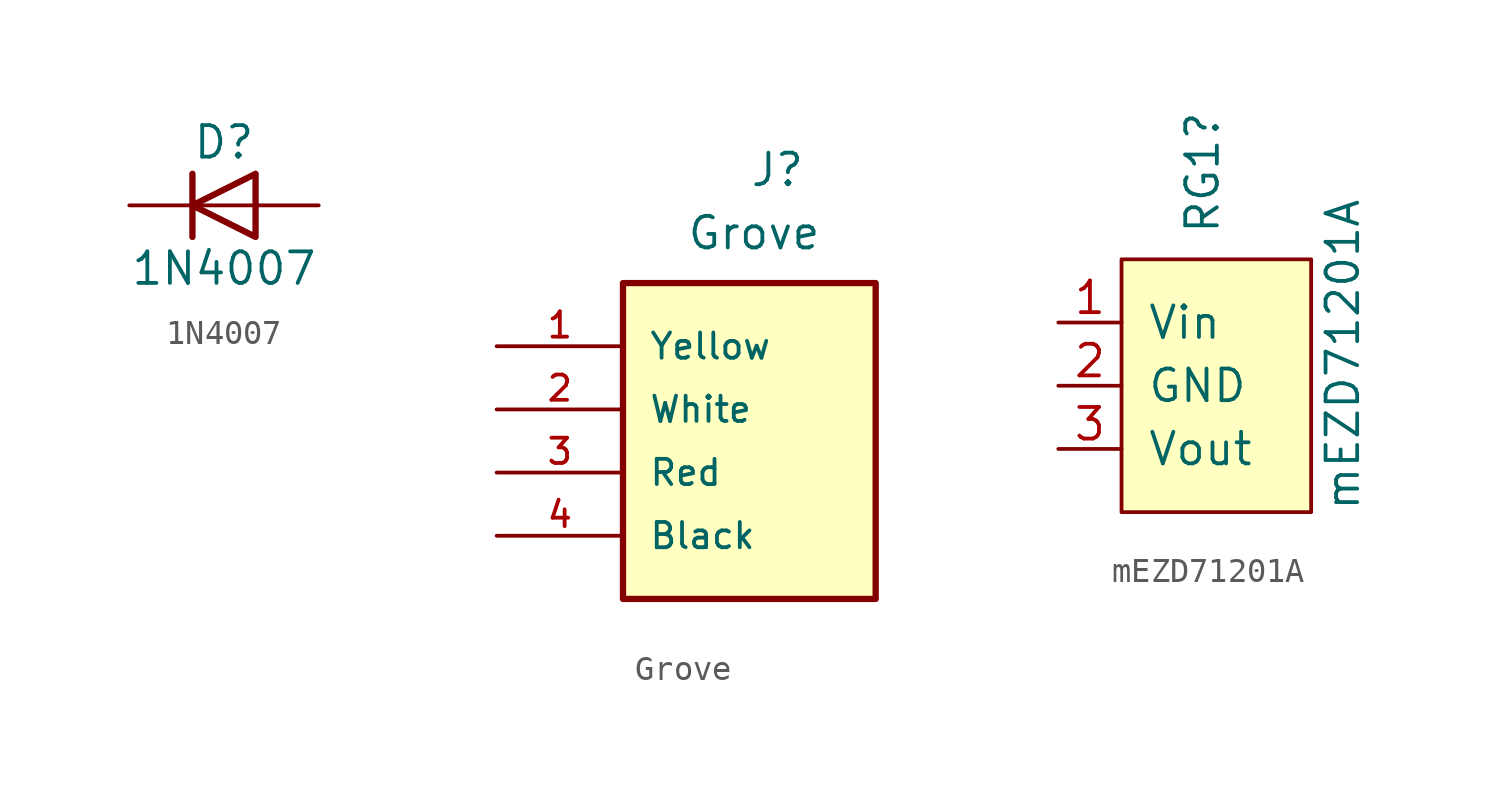
<source format=kicad_sym>
(kicad_symbol_lib
  (version 20241209)
  (generator "kicad_symbol_editor")
  (generator_version "9.0")
  (symbol "1N4007"
    (pin_numbers
      (hide yes))
    (pin_names
      (hide yes))
    (property "Reference" "D"
      (at 0 2.54 0)
      (effects (font (size 1.27 1.27))))
    (property "Value" "1N4007"
      (at 0 -2.54 0)
      (effects (font (size 1.27 1.27))))
    (symbol "1N4007_0_1"
      (polyline (pts (xy -1.27 1.27) (xy -1.27 -1.27)) (stroke (width 0.254) (type default)) (fill (type none)))
      (polyline (pts (xy 1.27 1.27) (xy 1.27 -1.27) (xy -1.27 0) (xy 1.27 1.27)) (stroke (width 0.254) (type default)) (fill (type none)))
      (polyline (pts (xy 1.27 0) (xy -1.27 0)) (stroke (width 0) (type default)) (fill (type none))))
    (symbol "1N4007_1_1"
      (pin passive line (at -3.81 0 0) (length 2.54) (name "K" (effects (font (size 1.27 1.27)))) (number "1" (effects (font (size 1.27 1.27)))))
      (pin passive line (at 3.81 0 180) (length 2.54) (name "A" (effects (font (size 1.27 1.27)))) (number "2" (effects (font (size 1.27 1.27)))))))
  (symbol "Grove"
    (pin_names
      (offset 1.016))
    (property "Reference" "J"
      (at 0 8.89 0)
      (effects (font (size 1.27 1.27)) (justify left bottom)))
    (property "Value" "Grove"
      (at -2.54 6.35 0)
      (effects (font (size 1.27 1.27)) (justify left bottom)))
    (symbol "Grove_0_0"
      (rectangle (start -5.08 -7.62) (end 5.08 5.08) (stroke (width 0.254) (type solid)) (fill (type background)))
      (pin passive line (at -10.16 2.54 0) (length 5.08) (name "Yellow" (effects (font (size 1.016 1.016)))) (number "1" (effects (font (size 1.016 1.016)))))
      (pin passive line (at -10.16 0 0) (length 5.08) (name "White" (effects (font (size 1.016 1.016)))) (number "2" (effects (font (size 1.016 1.016)))))
      (pin passive line (at -10.16 -2.54 0) (length 5.08) (name "Red" (effects (font (size 1.016 1.016)))) (number "3" (effects (font (size 1.016 1.016)))))
      (pin passive line (at -10.16 -5.08 0) (length 5.08) (name "Black" (effects (font (size 1.016 1.016)))) (number "4" (effects (font (size 1.016 1.016)))))))
  (symbol "mEZD71201A"
    (pin_names
      (offset 1.016))
    (property "Reference" "RG1"
      (at 5.791 6.045 90)
      (effects (font (size 1.27 1.27)) (justify left)))
    (property "Value" "mEZD71201A"
      (at 11.43 -5.08 90)
      (effects (font (size 1.27 1.27)) (justify left)))
    (symbol "mEZD71201A_0_0"
      (pin input line (at 0 2.54 0) (length 2.54) (name "Vin" (effects (font (size 1.27 1.27)))) (number "1" (effects (font (size 1.27 1.27)))))
      (pin input line (at 0 0 0) (length 2.54) (name "GND" (effects (font (size 1.27 1.27)))) (number "2" (effects (font (size 1.27 1.27))))))
    (symbol "mEZD71201A_0_1"
      (rectangle (start 2.54 5.08) (end 10.16 -5.08) (stroke (width 0) (type solid)) (fill (type background))))
    (symbol "mEZD71201A_1_0"
      (pin passive line (at 0 -2.54 0) (length 2.54) (name "Vout" (effects (font (size 1.27 1.27)))) (number "3" (effects (font (size 1.27 1.27))))))))
</source>
